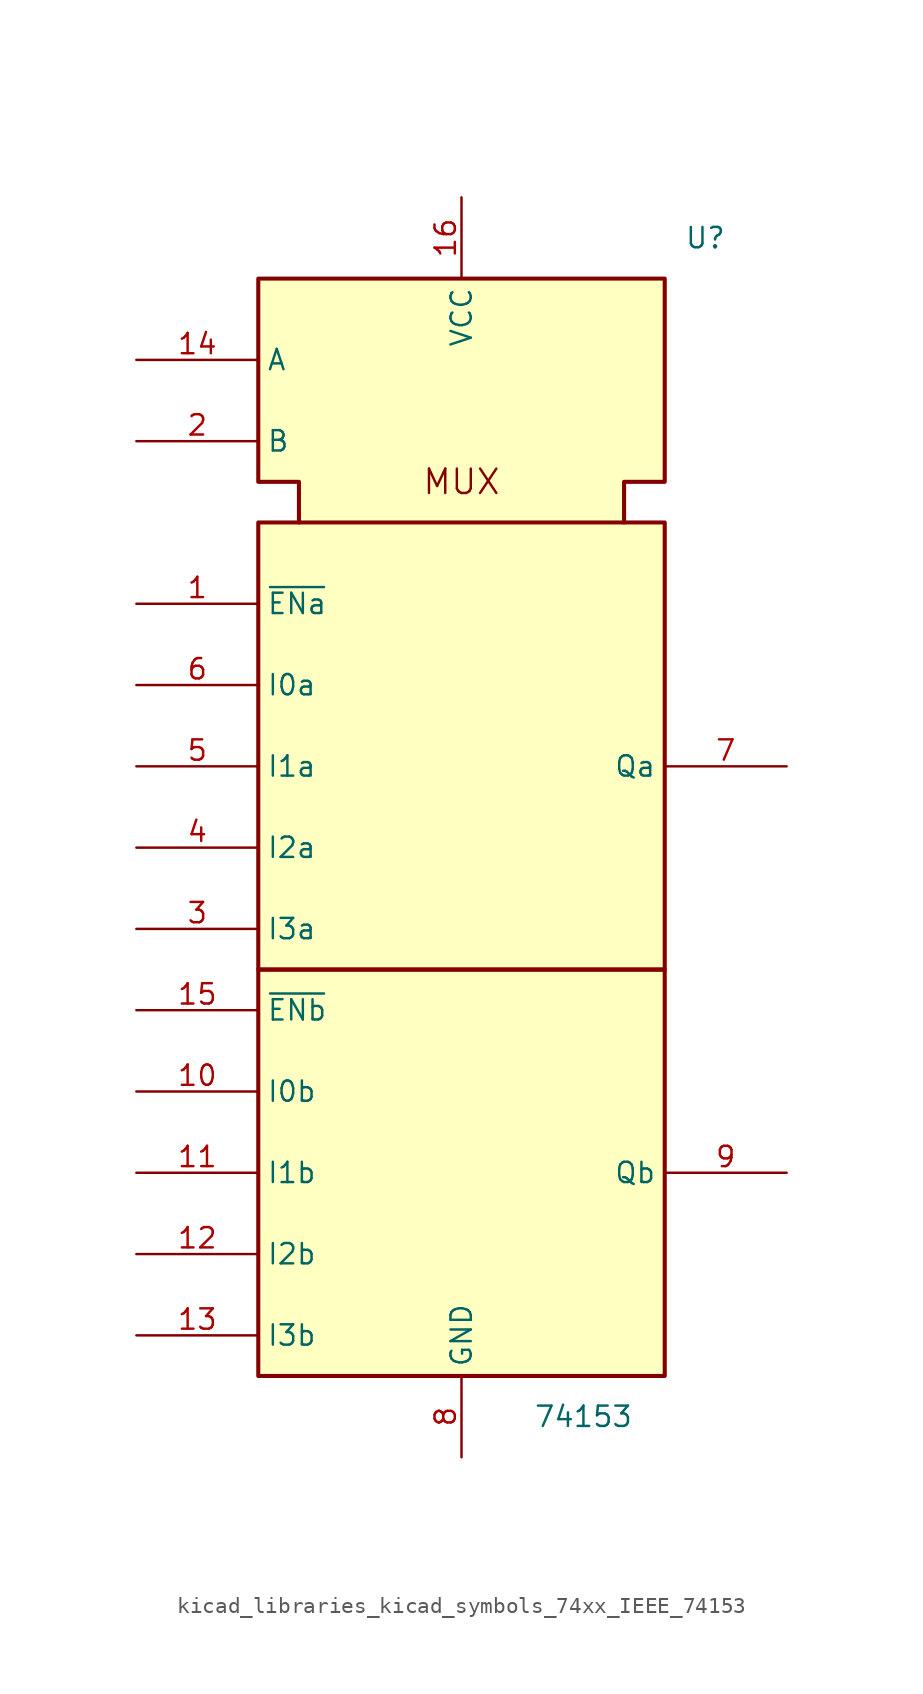
<source format=kicad_sym>
(kicad_symbol_lib
  (version 20220914)
  (generator kicad_symbol_editor)
  (symbol "kicad_libraries_kicad_symbols_74xx_IEEE_74153"
    (property "Reference" "U"
      (at 15.24 40.64 0)
      (effects (font (size 1.27 1.27))))
    (property "Value" "74153"
      (at 7.62 -33.02 0)
      (effects (font (size 1.27 1.27))))
    (symbol "kicad_libraries_kicad_symbols_74xx_IEEE_74153_0_0"
      (rectangle (start -12.7 -5.08) (end 12.7 -30.48) (stroke (width 0.254) (type default)) (fill (type background)))
      (rectangle (start -12.7 22.86) (end 12.7 -5.08) (stroke (width 0.254) (type default)) (fill (type background)))
      (polyline (pts (xy -10.16 22.86) (xy -10.16 25.4) (xy -12.7 25.4) (xy -12.7 38.1) (xy 12.7 38.1) (xy 12.7 25.4) (xy 10.16 25.4) (xy 10.16 22.86) (xy 10.16 22.86)) (stroke (width 0.254) (type default)) (fill (type background)))
      (text "MUX" (at 0 25.4 0) (effects (font (size 1.524 1.524))))
      (pin power_in line (at 0 43.18 270) (length 5.08) (name "VCC" (effects (font (size 1.27 1.27)))) (number "16" (effects (font (size 1.27 1.27)))))
      (pin power_in line (at 0 -35.56 90) (length 5.08) (name "GND" (effects (font (size 1.27 1.27)))) (number "8" (effects (font (size 1.27 1.27))))))
    (symbol "kicad_libraries_kicad_symbols_74xx_IEEE_74153_1_1"
      (pin input line (at -20.32 17.78 0) (length 7.62) (name "~{ENa}" (effects (font (size 1.27 1.27)))) (number "1" (effects (font (size 1.27 1.27)))))
      (pin input line (at -20.32 -12.7 0) (length 7.62) (name "I0b" (effects (font (size 1.27 1.27)))) (number "10" (effects (font (size 1.27 1.27)))))
      (pin input line (at -20.32 -17.78 0) (length 7.62) (name "I1b" (effects (font (size 1.27 1.27)))) (number "11" (effects (font (size 1.27 1.27)))))
      (pin input line (at -20.32 -22.86 0) (length 7.62) (name "I2b" (effects (font (size 1.27 1.27)))) (number "12" (effects (font (size 1.27 1.27)))))
      (pin input line (at -20.32 -27.94 0) (length 7.62) (name "I3b" (effects (font (size 1.27 1.27)))) (number "13" (effects (font (size 1.27 1.27)))))
      (pin input line (at -20.32 33.02 0) (length 7.62) (name "A" (effects (font (size 1.27 1.27)))) (number "14" (effects (font (size 1.27 1.27)))))
      (pin input line (at -20.32 -7.62 0) (length 7.62) (name "~{ENb}" (effects (font (size 1.27 1.27)))) (number "15" (effects (font (size 1.27 1.27)))))
      (pin input line (at -20.32 27.94 0) (length 7.62) (name "B" (effects (font (size 1.27 1.27)))) (number "2" (effects (font (size 1.27 1.27)))))
      (pin input line (at -20.32 -2.54 0) (length 7.62) (name "I3a" (effects (font (size 1.27 1.27)))) (number "3" (effects (font (size 1.27 1.27)))))
      (pin input line (at -20.32 2.54 0) (length 7.62) (name "I2a" (effects (font (size 1.27 1.27)))) (number "4" (effects (font (size 1.27 1.27)))))
      (pin input line (at -20.32 7.62 0) (length 7.62) (name "I1a" (effects (font (size 1.27 1.27)))) (number "5" (effects (font (size 1.27 1.27)))))
      (pin input line (at -20.32 12.7 0) (length 7.62) (name "I0a" (effects (font (size 1.27 1.27)))) (number "6" (effects (font (size 1.27 1.27)))))
      (pin output line (at 20.32 7.62 180) (length 7.62) (name "Qa" (effects (font (size 1.27 1.27)))) (number "7" (effects (font (size 1.27 1.27)))))
      (pin output line (at 20.32 -17.78 180) (length 7.62) (name "Qb" (effects (font (size 1.27 1.27)))) (number "9" (effects (font (size 1.27 1.27))))))))
</source>
